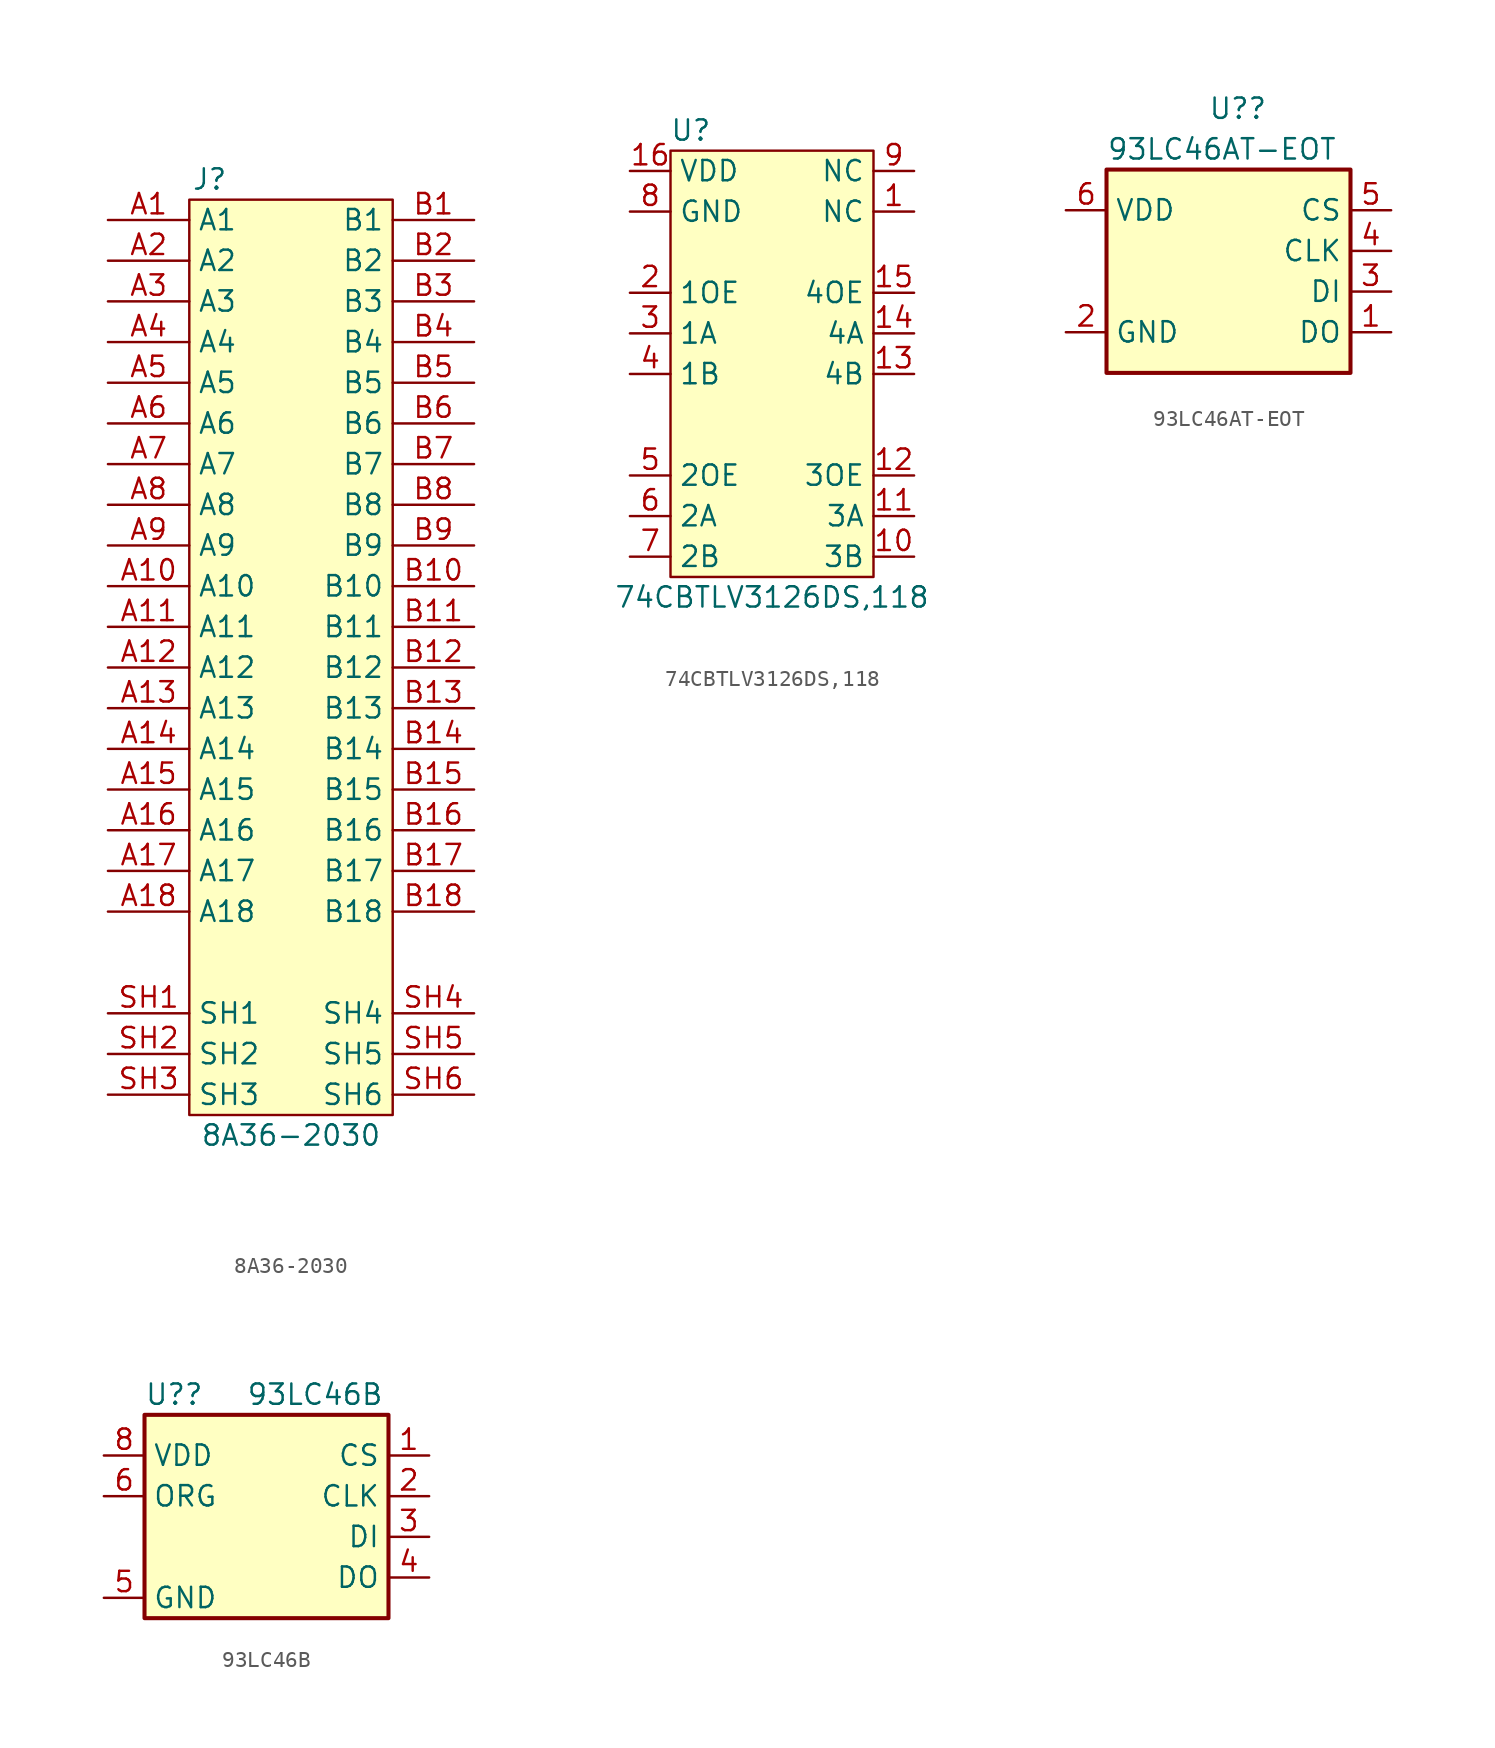
<source format=kicad_sym>
(kicad_symbol_lib
  (version 20211014)
  (generator kicad_symbol_editor)
  (symbol "8A36-2030"
    (property "Reference" "J"
      (at 6.35 2.54 0)
      (effects (font (size 1.27 1.27))))
    (property "Value" "8A36-2030"
      (at 11.43 -57.15 0)
      (effects (font (size 1.27 1.27))))
    (symbol "8A36-2030_0_0"
      (pin input line (at 0 0 0) (length 5.08) (name "A1" (effects (font (size 1.27 1.27)))) (number "A1" (effects (font (size 1.27 1.27)))))
      (pin input line (at 0 -22.86 0) (length 5.08) (name "A10" (effects (font (size 1.27 1.27)))) (number "A10" (effects (font (size 1.27 1.27)))))
      (pin input line (at 0 -25.4 0) (length 5.08) (name "A11" (effects (font (size 1.27 1.27)))) (number "A11" (effects (font (size 1.27 1.27)))))
      (pin input line (at 0 -27.94 0) (length 5.08) (name "A12" (effects (font (size 1.27 1.27)))) (number "A12" (effects (font (size 1.27 1.27)))))
      (pin input line (at 0 -30.48 0) (length 5.08) (name "A13" (effects (font (size 1.27 1.27)))) (number "A13" (effects (font (size 1.27 1.27)))))
      (pin input line (at 0 -33.02 0) (length 5.08) (name "A14" (effects (font (size 1.27 1.27)))) (number "A14" (effects (font (size 1.27 1.27)))))
      (pin input line (at 0 -35.56 0) (length 5.08) (name "A15" (effects (font (size 1.27 1.27)))) (number "A15" (effects (font (size 1.27 1.27)))))
      (pin input line (at 0 -38.1 0) (length 5.08) (name "A16" (effects (font (size 1.27 1.27)))) (number "A16" (effects (font (size 1.27 1.27)))))
      (pin input line (at 0 -40.64 0) (length 5.08) (name "A17" (effects (font (size 1.27 1.27)))) (number "A17" (effects (font (size 1.27 1.27)))))
      (pin input line (at 0 -43.18 0) (length 5.08) (name "A18" (effects (font (size 1.27 1.27)))) (number "A18" (effects (font (size 1.27 1.27)))))
      (pin input line (at 0 -2.54 0) (length 5.08) (name "A2" (effects (font (size 1.27 1.27)))) (number "A2" (effects (font (size 1.27 1.27)))))
      (pin input line (at 0 -5.08 0) (length 5.08) (name "A3" (effects (font (size 1.27 1.27)))) (number "A3" (effects (font (size 1.27 1.27)))))
      (pin input line (at 0 -7.62 0) (length 5.08) (name "A4" (effects (font (size 1.27 1.27)))) (number "A4" (effects (font (size 1.27 1.27)))))
      (pin input line (at 0 -10.16 0) (length 5.08) (name "A5" (effects (font (size 1.27 1.27)))) (number "A5" (effects (font (size 1.27 1.27)))))
      (pin input line (at 0 -12.7 0) (length 5.08) (name "A6" (effects (font (size 1.27 1.27)))) (number "A6" (effects (font (size 1.27 1.27)))))
      (pin input line (at 0 -15.24 0) (length 5.08) (name "A7" (effects (font (size 1.27 1.27)))) (number "A7" (effects (font (size 1.27 1.27)))))
      (pin input line (at 0 -17.78 0) (length 5.08) (name "A8" (effects (font (size 1.27 1.27)))) (number "A8" (effects (font (size 1.27 1.27)))))
      (pin input line (at 0 -20.32 0) (length 5.08) (name "A9" (effects (font (size 1.27 1.27)))) (number "A9" (effects (font (size 1.27 1.27)))))
      (pin input line (at 22.86 0 180) (length 5.08) (name "B1" (effects (font (size 1.27 1.27)))) (number "B1" (effects (font (size 1.27 1.27)))))
      (pin input line (at 22.86 -22.86 180) (length 5.08) (name "B10" (effects (font (size 1.27 1.27)))) (number "B10" (effects (font (size 1.27 1.27)))))
      (pin input line (at 22.86 -25.4 180) (length 5.08) (name "B11" (effects (font (size 1.27 1.27)))) (number "B11" (effects (font (size 1.27 1.27)))))
      (pin input line (at 22.86 -27.94 180) (length 5.08) (name "B12" (effects (font (size 1.27 1.27)))) (number "B12" (effects (font (size 1.27 1.27)))))
      (pin input line (at 22.86 -30.48 180) (length 5.08) (name "B13" (effects (font (size 1.27 1.27)))) (number "B13" (effects (font (size 1.27 1.27)))))
      (pin input line (at 22.86 -33.02 180) (length 5.08) (name "B14" (effects (font (size 1.27 1.27)))) (number "B14" (effects (font (size 1.27 1.27)))))
      (pin input line (at 22.86 -35.56 180) (length 5.08) (name "B15" (effects (font (size 1.27 1.27)))) (number "B15" (effects (font (size 1.27 1.27)))))
      (pin input line (at 22.86 -38.1 180) (length 5.08) (name "B16" (effects (font (size 1.27 1.27)))) (number "B16" (effects (font (size 1.27 1.27)))))
      (pin input line (at 22.86 -40.64 180) (length 5.08) (name "B17" (effects (font (size 1.27 1.27)))) (number "B17" (effects (font (size 1.27 1.27)))))
      (pin input line (at 22.86 -43.18 180) (length 5.08) (name "B18" (effects (font (size 1.27 1.27)))) (number "B18" (effects (font (size 1.27 1.27)))))
      (pin input line (at 22.86 -2.54 180) (length 5.08) (name "B2" (effects (font (size 1.27 1.27)))) (number "B2" (effects (font (size 1.27 1.27)))))
      (pin input line (at 22.86 -5.08 180) (length 5.08) (name "B3" (effects (font (size 1.27 1.27)))) (number "B3" (effects (font (size 1.27 1.27)))))
      (pin input line (at 22.86 -7.62 180) (length 5.08) (name "B4" (effects (font (size 1.27 1.27)))) (number "B4" (effects (font (size 1.27 1.27)))))
      (pin input line (at 22.86 -10.16 180) (length 5.08) (name "B5" (effects (font (size 1.27 1.27)))) (number "B5" (effects (font (size 1.27 1.27)))))
      (pin input line (at 22.86 -12.7 180) (length 5.08) (name "B6" (effects (font (size 1.27 1.27)))) (number "B6" (effects (font (size 1.27 1.27)))))
      (pin input line (at 22.86 -15.24 180) (length 5.08) (name "B7" (effects (font (size 1.27 1.27)))) (number "B7" (effects (font (size 1.27 1.27)))))
      (pin input line (at 22.86 -17.78 180) (length 5.08) (name "B8" (effects (font (size 1.27 1.27)))) (number "B8" (effects (font (size 1.27 1.27)))))
      (pin input line (at 22.86 -20.32 180) (length 5.08) (name "B9" (effects (font (size 1.27 1.27)))) (number "B9" (effects (font (size 1.27 1.27)))))
      (pin input line (at 0 -49.53 0) (length 5.08) (name "SH1" (effects (font (size 1.27 1.27)))) (number "SH1" (effects (font (size 1.27 1.27)))))
      (pin input line (at 0 -52.07 0) (length 5.08) (name "SH2" (effects (font (size 1.27 1.27)))) (number "SH2" (effects (font (size 1.27 1.27)))))
      (pin input line (at 0 -54.61 0) (length 5.08) (name "SH3" (effects (font (size 1.27 1.27)))) (number "SH3" (effects (font (size 1.27 1.27)))))
      (pin input line (at 22.86 -52.07 180) (length 5.08) (name "SH5" (effects (font (size 1.27 1.27)))) (number "SH5" (effects (font (size 1.27 1.27)))))
      (pin input line (at 22.86 -54.61 180) (length 5.08) (name "SH6" (effects (font (size 1.27 1.27)))) (number "SH6" (effects (font (size 1.27 1.27))))))
    (symbol "8A36-2030_0_1"
      (rectangle (start 5.08 1.27) (end 17.78 -55.88) (stroke (width 0.152) (type default) (color 0 0 0 0)) (fill (type background))))
    (symbol "8A36-2030_1_1"
      (pin input line (at 22.86 -49.53 180) (length 5.08) (name "SH4" (effects (font (size 1.27 1.27)))) (number "SH4" (effects (font (size 1.27 1.27)))))))
  (symbol "74CBTLV3126DS,118"
    (property "Reference" "U"
      (at 3.81 2.54 0)
      (effects (font (size 1.27 1.27))))
    (property "Value" "74CBTLV3126DS,118"
      (at 8.89 -26.67 0)
      (effects (font (size 1.27 1.27))))
    (symbol "74CBTLV3126DS,118_0_0"
      (pin unspecified line (at 17.78 -2.54 180) (length 2.54) (name "NC" (effects (font (size 1.27 1.27)))) (number "1" (effects (font (size 1.27 1.27)))))
      (pin unspecified line (at 17.78 -24.13 180) (length 2.54) (name "3B" (effects (font (size 1.27 1.27)))) (number "10" (effects (font (size 1.27 1.27)))))
      (pin unspecified line (at 17.78 -21.59 180) (length 2.54) (name "3A" (effects (font (size 1.27 1.27)))) (number "11" (effects (font (size 1.27 1.27)))))
      (pin unspecified line (at 17.78 -19.05 180) (length 2.54) (name "3OE" (effects (font (size 1.27 1.27)))) (number "12" (effects (font (size 1.27 1.27)))))
      (pin unspecified line (at 17.78 -12.7 180) (length 2.54) (name "4B" (effects (font (size 1.27 1.27)))) (number "13" (effects (font (size 1.27 1.27)))))
      (pin unspecified line (at 17.78 -10.16 180) (length 2.54) (name "4A" (effects (font (size 1.27 1.27)))) (number "14" (effects (font (size 1.27 1.27)))))
      (pin unspecified line (at 17.78 -7.62 180) (length 2.54) (name "4OE" (effects (font (size 1.27 1.27)))) (number "15" (effects (font (size 1.27 1.27)))))
      (pin unspecified line (at 0 0 0) (length 2.54) (name "VDD" (effects (font (size 1.27 1.27)))) (number "16" (effects (font (size 1.27 1.27)))))
      (pin unspecified line (at 0 -7.62 0) (length 2.54) (name "1OE" (effects (font (size 1.27 1.27)))) (number "2" (effects (font (size 1.27 1.27)))))
      (pin unspecified line (at 0 -10.16 0) (length 2.54) (name "1A" (effects (font (size 1.27 1.27)))) (number "3" (effects (font (size 1.27 1.27)))))
      (pin unspecified line (at 0 -12.7 0) (length 2.54) (name "1B" (effects (font (size 1.27 1.27)))) (number "4" (effects (font (size 1.27 1.27)))))
      (pin unspecified line (at 0 -19.05 0) (length 2.54) (name "2OE" (effects (font (size 1.27 1.27)))) (number "5" (effects (font (size 1.27 1.27)))))
      (pin unspecified line (at 0 -21.59 0) (length 2.54) (name "2A" (effects (font (size 1.27 1.27)))) (number "6" (effects (font (size 1.27 1.27)))))
      (pin unspecified line (at 0 -24.13 0) (length 2.54) (name "2B" (effects (font (size 1.27 1.27)))) (number "7" (effects (font (size 1.27 1.27)))))
      (pin unspecified line (at 0 -2.54 0) (length 2.54) (name "GND" (effects (font (size 1.27 1.27)))) (number "8" (effects (font (size 1.27 1.27)))))
      (pin unspecified line (at 17.78 0 180) (length 2.54) (name "NC" (effects (font (size 1.27 1.27)))) (number "9" (effects (font (size 1.27 1.27))))))
    (symbol "74CBTLV3126DS,118_0_1"
      (rectangle (start 2.54 1.27) (end 15.24 -25.4) (stroke (width 0.152) (type default) (color 0 0 0 0)) (fill (type background)))))
  (symbol "93LC46AT-EOT"
    (property "Reference" "U?"
      (at -1.27 8.89 0)
      (effects (font (size 1.27 1.27)) (justify left)))
    (property "Value" "93LC46AT-EOT"
      (at -7.62 6.35 0)
      (effects (font (size 1.27 1.27)) (justify left)))
    (symbol "93LC46AT-EOT_0_1"
      (rectangle (start -7.62 5.08) (end 7.62 -7.62) (stroke (width 0.254) (type default) (color 0 0 0 0)) (fill (type background))))
    (symbol "93LC46AT-EOT_1_1"
      (pin tri_state line (at 10.16 -5.08 180) (length 2.54) (name "DO" (effects (font (size 1.27 1.27)))) (number "1" (effects (font (size 1.27 1.27)))))
      (pin power_in line (at -10.16 -5.08 0) (length 2.54) (name "GND" (effects (font (size 1.27 1.27)))) (number "2" (effects (font (size 1.27 1.27)))))
      (pin input line (at 10.16 -2.54 180) (length 2.54) (name "DI" (effects (font (size 1.27 1.27)))) (number "3" (effects (font (size 1.27 1.27)))))
      (pin input line (at 10.16 0 180) (length 2.54) (name "CLK" (effects (font (size 1.27 1.27)))) (number "4" (effects (font (size 1.27 1.27)))))
      (pin input line (at 10.16 2.54 180) (length 2.54) (name "CS" (effects (font (size 1.27 1.27)))) (number "5" (effects (font (size 1.27 1.27)))))
      (pin power_in line (at -10.16 2.54 0) (length 2.54) (name "VDD" (effects (font (size 1.27 1.27)))) (number "6" (effects (font (size 1.27 1.27)))))))
  (symbol "93LC46B"
    (property "Reference" "U?"
      (at -7.62 6.35 0)
      (effects (font (size 1.27 1.27)) (justify left)))
    (property "Value" "93LC46B"
      (at -1.27 6.35 0)
      (effects (font (size 1.27 1.27)) (justify left)))
    (symbol "93LC46B_1_1"
      (rectangle (start -7.62 5.08) (end 7.62 -7.62) (stroke (width 0.254) (type default) (color 0 0 0 0)) (fill (type background)))
      (pin input line (at 10.16 2.54 180) (length 2.54) (name "CS" (effects (font (size 1.27 1.27)))) (number "1" (effects (font (size 1.27 1.27)))))
      (pin input line (at 10.16 0 180) (length 2.54) (name "CLK" (effects (font (size 1.27 1.27)))) (number "2" (effects (font (size 1.27 1.27)))))
      (pin input line (at 10.16 -2.54 180) (length 2.54) (name "DI" (effects (font (size 1.27 1.27)))) (number "3" (effects (font (size 1.27 1.27)))))
      (pin tri_state line (at 10.16 -5.08 180) (length 2.54) (name "DO" (effects (font (size 1.27 1.27)))) (number "4" (effects (font (size 1.27 1.27)))))
      (pin power_in line (at -10.16 -6.35 0) (length 2.54) (name "GND" (effects (font (size 1.27 1.27)))) (number "5" (effects (font (size 1.27 1.27)))))
      (pin input line (at -10.16 0 0) (length 2.54) (name "ORG" (effects (font (size 1.27 1.27)))) (number "6" (effects (font (size 1.27 1.27)))))
      (pin no_connect line (at -10.16 -2.54 0) (length 2.54) hide (name "NC" (effects (font (size 1.27 1.27)))) (number "7" (effects (font (size 1.27 1.27)))))
      (pin power_in line (at -10.16 2.54 0) (length 2.54) (name "VDD" (effects (font (size 1.27 1.27)))) (number "8" (effects (font (size 1.27 1.27))))))))
</source>
